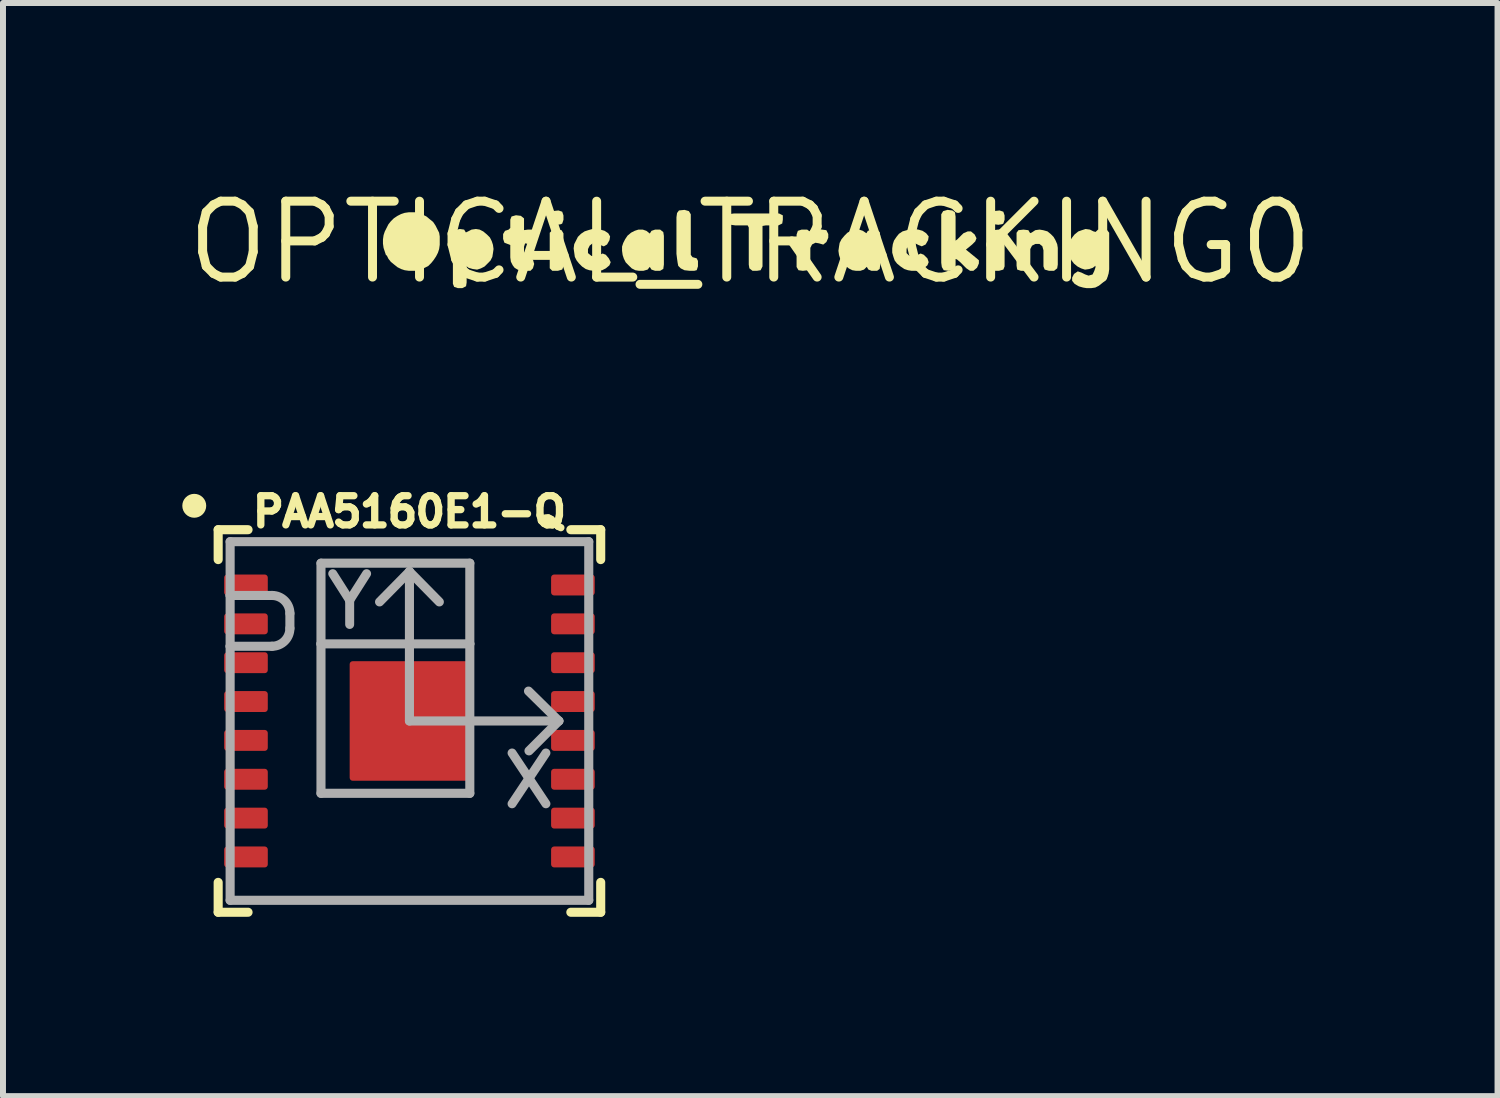
<source format=kicad_pcb>
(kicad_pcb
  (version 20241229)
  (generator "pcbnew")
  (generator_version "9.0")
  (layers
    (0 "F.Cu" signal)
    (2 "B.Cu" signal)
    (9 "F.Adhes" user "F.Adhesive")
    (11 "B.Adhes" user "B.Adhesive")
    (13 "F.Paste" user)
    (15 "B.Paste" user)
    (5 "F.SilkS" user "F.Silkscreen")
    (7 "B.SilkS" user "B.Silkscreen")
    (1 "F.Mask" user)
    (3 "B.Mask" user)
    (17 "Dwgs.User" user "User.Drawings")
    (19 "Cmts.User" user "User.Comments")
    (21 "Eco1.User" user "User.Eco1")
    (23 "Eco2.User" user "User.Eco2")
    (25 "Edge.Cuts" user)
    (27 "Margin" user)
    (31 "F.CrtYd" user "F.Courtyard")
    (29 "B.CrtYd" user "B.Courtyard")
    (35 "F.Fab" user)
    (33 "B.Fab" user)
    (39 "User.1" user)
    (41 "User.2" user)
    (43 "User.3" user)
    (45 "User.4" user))
  (footprint "OPTICAL_TRACKING0"
    (layer "F.Cu")
    (at 9.502 1.006)
    (property "Reference" "OPTICAL_TRACKING0" (at 0 0 0) (layer "F.SilkS") (effects (font (size 1.27 1.27) (thickness 0.15))))
    (fp_poly (pts (xy -3.157 -0.205) (xy -3.125 -0.151) (xy -3.125 0.401) (xy -3.146 0.454) (xy -3.219 0.475) (xy -3.312 0.475) (xy -3.355 0.432) (xy -3.355 -0.162) (xy -3.312 -0.205) (xy -3.23 -0.215)) (stroke (width 0) (type default)) (fill yes) (layer "F.SilkS"))
    (fp_poly (pts (xy 4.223 -0.205) (xy 4.255 -0.151) (xy 4.255 0.401) (xy 4.234 0.454) (xy 4.161 0.475) (xy 4.078 0.475) (xy 4.035 0.432) (xy 4.025 0.36) (xy 4.025 -0.162) (xy 4.068 -0.205) (xy 4.15 -0.215)) (stroke (width 0) (type default)) (fill yes) (layer "F.SilkS"))
    (fp_poly (pts (xy -3.146 -0.514) (xy -3.125 -0.451) (xy -3.125 -0.379) (xy -3.146 -0.316) (xy -3.168 -0.305) (xy -3.23 -0.295) (xy -3.313 -0.305) (xy -3.355 -0.358) (xy -3.355 -0.43) (xy -3.345 -0.493) (xy -3.302 -0.525) (xy -3.209 -0.535)) (stroke (width 0) (type default)) (fill yes) (layer "F.SilkS"))
    (fp_poly (pts (xy 4.234 -0.514) (xy 4.255 -0.451) (xy 4.255 -0.379) (xy 4.234 -0.316) (xy 4.212 -0.305) (xy 4.15 -0.295) (xy 4.078 -0.305) (xy 4.025 -0.358) (xy 4.025 -0.43) (xy 4.035 -0.493) (xy 4.078 -0.525) (xy 4.171 -0.535)) (stroke (width 0) (type default)) (fill yes) (layer "F.SilkS"))
    (fp_poly (pts (xy -1.027 -0.524) (xy -0.995 -0.471) (xy -0.995 0.208) (xy -0.967 0.246) (xy -0.897 0.266) (xy -0.875 0.309) (xy -0.875 0.401) (xy -0.896 0.464) (xy -0.939 0.475) (xy -1.01 0.475) (xy -1.101 0.465) (xy -1.163 0.434) (xy -1.205 0.392) (xy -1.215 0.341) (xy -1.225 0.271) (xy -1.235 0.19) (xy -1.235 -0.42) (xy -1.225 -0.492) (xy -1.193 -0.535) (xy -1.1 -0.545)) (stroke (width 0) (type default)) (fill yes) (layer "F.SilkS"))
    (fp_poly (pts (xy 0.545 -0.453) (xy 0.545 -0.38) (xy 0.535 -0.317) (xy 0.471 -0.285) (xy 0.26 -0.285) (xy 0.205 -0.276) (xy 0.205 0.401) (xy 0.173 0.465) (xy 0.11 0.475) (xy 0.038 0.475) (xy -0.015 0.433) (xy -0.025 0.37) (xy -0.025 -0.249) (xy -0.043 -0.285) (xy -0.25 -0.285) (xy -0.322 -0.295) (xy -0.365 -0.338) (xy -0.365 -0.411) (xy -0.344 -0.475) (xy -0.27 -0.485) (xy 0.481 -0.485)) (stroke (width 0) (type default)) (fill yes) (layer "F.SilkS"))
    (fp_poly (pts (xy 1.201 -0.215) (xy 1.273 -0.205) (xy 1.305 -0.141) (xy 1.305 -0.079) (xy 1.274 -0.007) (xy 1.221 0.036) (xy 1.149 0.015) (xy 1.091 0.005) (xy 1.034 0.034) (xy 1.005 0.091) (xy 1.005 0.432) (xy 0.962 0.465) (xy 0.88 0.475) (xy 0.807 0.465) (xy 0.775 0.411) (xy 0.775 -0.131) (xy 0.796 -0.194) (xy 0.859 -0.215) (xy 0.952 -0.215) (xy 0.993 -0.184) (xy 1.02 -0.157) (xy 1.067 -0.194) (xy 1.139 -0.225)) (stroke (width 0) (type default)) (fill yes) (layer "F.SilkS"))
    (fp_poly (pts (xy -4.787 -0.215) (xy -4.758 -0.167) (xy -4.722 -0.184) (xy -4.662 -0.215) (xy -4.59 -0.225) (xy -4.528 -0.215) (xy -4.467 -0.184) (xy -4.407 -0.134) (xy -4.356 -0.083) (xy -4.325 -0.022) (xy -4.305 0.039) (xy -4.295 0.11) (xy -4.305 0.181) (xy -4.315 0.242) (xy -4.346 0.303) (xy -4.396 0.354) (xy -4.447 0.404) (xy -4.508 0.435) (xy -4.57 0.455) (xy -4.641 0.445) (xy -4.712 0.425) (xy -4.745 0.4) (xy -4.745 0.67) (xy -4.755 0.733) (xy -4.819 0.765) (xy -4.891 0.765) (xy -4.954 0.744) (xy -4.975 0.691) (xy -4.975 -0.151) (xy -4.943 -0.204) (xy -4.86 -0.225)) (stroke (width 0) (type default)) (fill yes) (layer "F.SilkS"))
    (fp_poly (pts (xy 1.882 -0.195) (xy 1.943 -0.154) (xy 1.967 -0.194) (xy 2.039 -0.215) (xy 2.112 -0.215) (xy 2.165 -0.173) (xy 2.175 -0.11) (xy 2.175 0.37) (xy 2.165 0.443) (xy 2.122 0.475) (xy 2.029 0.475) (xy 1.977 0.454) (xy 1.949 0.408) (xy 1.903 0.454) (xy 1.841 0.475) (xy 1.77 0.475) (xy 1.708 0.465) (xy 1.647 0.434) (xy 1.586 0.384) (xy 1.546 0.333) (xy 1.505 0.272) (xy 1.485 0.211) (xy 1.475 0.14) (xy 1.485 0.069) (xy 1.495 0.008) (xy 1.526 -0.053) (xy 1.576 -0.113) (xy 1.627 -0.164) (xy 1.688 -0.195) (xy 1.749 -0.215) (xy 1.821 -0.215)) (stroke (width 0) (type default)) (fill yes) (layer "F.SilkS"))
    (fp_poly (pts (xy -1.738 -0.194) (xy -1.687 -0.154) (xy -1.681 -0.148) (xy -1.653 -0.194) (xy -1.591 -0.215) (xy -1.508 -0.215) (xy -1.455 -0.173) (xy -1.445 -0.11) (xy -1.445 0.37) (xy -1.455 0.443) (xy -1.509 0.475) (xy -1.591 0.475) (xy -1.653 0.454) (xy -1.681 0.409) (xy -1.717 0.454) (xy -1.789 0.475) (xy -1.86 0.475) (xy -1.922 0.465) (xy -1.983 0.434) (xy -2.034 0.384) (xy -2.084 0.333) (xy -2.115 0.272) (xy -2.135 0.211) (xy -2.145 0.14) (xy -2.145 0.069) (xy -2.125 0.008) (xy -2.094 -0.053) (xy -2.054 -0.113) (xy -1.993 -0.164) (xy -1.932 -0.195) (xy -1.871 -0.215) (xy -1.799 -0.215)) (stroke (width 0) (type default)) (fill yes) (layer "F.SilkS"))
    (fp_poly (pts (xy 4.901 -0.205) (xy 4.972 -0.185) (xy 5.023 -0.144) (xy 5.074 -0.093) (xy 5.104 -0.042) (xy 5.135 0.029) (xy 5.145 0.09) (xy 5.145 0.37) (xy 5.135 0.433) (xy 5.082 0.475) (xy 4.999 0.475) (xy 4.926 0.454) (xy 4.905 0.401) (xy 4.905 0.131) (xy 4.886 0.063) (xy 4.838 0.025) (xy 4.771 0.025) (xy 4.714 0.054) (xy 4.685 0.111) (xy 4.685 0.38) (xy 4.675 0.443) (xy 4.621 0.475) (xy 4.529 0.475) (xy 4.466 0.454) (xy 4.455 0.39) (xy 4.455 -0.162) (xy 4.487 -0.205) (xy 4.57 -0.215) (xy 4.653 -0.205) (xy 4.682 -0.156) (xy 4.708 -0.165) (xy 4.768 -0.205) (xy 4.84 -0.215)) (stroke (width 0) (type default)) (fill yes) (layer "F.SilkS"))
    (fp_poly (pts (xy 3.382 -0.535) (xy 3.425 -0.503) (xy 3.435 -0.43) (xy 3.435 -0.03) (xy 3.467 -0.054) (xy 3.526 -0.114) (xy 3.567 -0.154) (xy 3.639 -0.185) (xy 3.692 -0.185) (xy 3.754 -0.133) (xy 3.785 -0.07) (xy 3.764 -0.017) (xy 3.713 0.034) (xy 3.608 0.12) (xy 3.763 0.246) (xy 3.825 0.298) (xy 3.825 0.351) (xy 3.794 0.423) (xy 3.732 0.475) (xy 3.678 0.475) (xy 3.617 0.434) (xy 3.576 0.394) (xy 3.517 0.334) (xy 3.458 0.284) (xy 3.435 0.277) (xy 3.435 0.412) (xy 3.393 0.454) (xy 3.32 0.475) (xy 3.237 0.465) (xy 3.205 0.412) (xy 3.195 0.34) (xy 3.195 -0.471) (xy 3.227 -0.524) (xy 3.3 -0.545)) (stroke (width 0) (type default)) (fill yes) (layer "F.SilkS"))
    (fp_poly (pts (xy -3.838 -0.445) (xy -3.785 -0.402) (xy -3.785 -0.206) (xy -3.72 -0.215) (xy -3.649 -0.215) (xy -3.595 -0.183) (xy -3.585 -0.11) (xy -3.595 -0.017) (xy -3.638 0.015) (xy -3.71 0.025) (xy -3.767 0.016) (xy -3.785 0.071) (xy -3.785 0.199) (xy -3.757 0.245) (xy -3.688 0.255) (xy -3.636 0.287) (xy -3.615 0.36) (xy -3.636 0.433) (xy -3.678 0.475) (xy -3.821 0.475) (xy -3.892 0.455) (xy -3.943 0.424) (xy -3.974 0.383) (xy -4.005 0.322) (xy -4.015 0.25) (xy -4.015 0.043) (xy -4.114 0.004) (xy -4.135 -0.059) (xy -4.135 -0.141) (xy -4.103 -0.194) (xy -4.043 -0.214) (xy -4.015 -0.242) (xy -4.015 -0.381) (xy -3.994 -0.434) (xy -3.92 -0.455)) (stroke (width 0) (type default)) (fill yes) (layer "F.SilkS"))
    (fp_poly (pts (xy -5.538 -0.485) (xy -5.478 -0.465) (xy -5.417 -0.434) (xy -5.357 -0.384) (xy -5.306 -0.343) (xy -5.266 -0.283) (xy -5.205 -0.162) (xy -5.195 -0.1) (xy -5.195 0.04) (xy -5.205 0.111) (xy -5.225 0.172) (xy -5.256 0.233) (xy -5.296 0.293) (xy -5.336 0.343) (xy -5.387 0.394) (xy -5.508 0.455) (xy -5.569 0.475) (xy -5.71 0.475) (xy -5.781 0.465) (xy -5.842 0.445) (xy -5.903 0.414) (xy -5.953 0.374) (xy -6.014 0.324) (xy -6.054 0.273) (xy -6.084 0.212) (xy -6.093 0.218) (xy -6.115 0.152) (xy -6.135 0.091) (xy -6.145 0.02) (xy -6.145 -0.05) (xy -6.135 -0.121) (xy -6.115 -0.182) (xy -6.054 -0.303) (xy -6.014 -0.353) (xy -5.963 -0.404) (xy -5.903 -0.444) (xy -5.842 -0.475) (xy -5.781 -0.495) (xy -5.71 -0.505) (xy -5.599 -0.505)) (stroke (width 0) (type default)) (fill yes) (layer "F.SilkS"))
    (fp_poly (pts (xy -2.509 -0.215) (xy -2.438 -0.195) (xy -2.376 -0.154) (xy -2.345 -0.101) (xy -2.355 -0.038) (xy -2.396 0.034) (xy -2.45 0.066) (xy -2.502 0.045) (xy -2.571 0.015) (xy -2.638 0.015) (xy -2.686 0.053) (xy -2.715 0.111) (xy -2.715 0.178) (xy -2.658 0.225) (xy -2.6 0.235) (xy -2.532 0.215) (xy -2.47 0.185) (xy -2.417 0.206) (xy -2.366 0.267) (xy -2.335 0.33) (xy -2.356 0.383) (xy -2.417 0.434) (xy -2.478 0.465) (xy -2.55 0.475) (xy -2.62 0.475) (xy -2.691 0.465) (xy -2.752 0.445) (xy -2.813 0.404) (xy -2.864 0.353) (xy -2.904 0.303) (xy -2.935 0.242) (xy -2.945 0.171) (xy -2.955 0.1) (xy -2.945 0.028) (xy -2.884 -0.093) (xy -2.833 -0.144) (xy -2.772 -0.185) (xy -2.711 -0.205) (xy -2.641 -0.225) (xy -2.58 -0.225)) (stroke (width 0) (type default)) (fill yes) (layer "F.SilkS"))
    (fp_poly (pts (xy 2.811 -0.215) (xy 2.882 -0.195) (xy 2.943 -0.154) (xy 2.985 -0.101) (xy 2.975 -0.038) (xy 2.934 0.034) (xy 2.87 0.065) (xy 2.818 0.045) (xy 2.759 0.015) (xy 2.692 0.015) (xy 2.634 0.053) (xy 2.615 0.111) (xy 2.615 0.178) (xy 2.662 0.225) (xy 2.73 0.235) (xy 2.788 0.215) (xy 2.85 0.185) (xy 2.903 0.206) (xy 2.964 0.267) (xy 2.985 0.33) (xy 2.964 0.383) (xy 2.903 0.434) (xy 2.842 0.465) (xy 2.77 0.475) (xy 2.7 0.475) (xy 2.639 0.465) (xy 2.578 0.445) (xy 2.517 0.404) (xy 2.456 0.354) (xy 2.416 0.302) (xy 2.395 0.241) (xy 2.375 0.171) (xy 2.375 0.1) (xy 2.385 0.029) (xy 2.405 -0.032) (xy 2.446 -0.093) (xy 2.487 -0.144) (xy 2.548 -0.185) (xy 2.619 -0.205) (xy 2.679 -0.225) (xy 2.75 -0.225)) (stroke (width 0) (type default)) (fill yes) (layer "F.SilkS"))
    (fp_poly (pts (xy 5.682 -0.215) (xy 5.742 -0.185) (xy 5.778 -0.176) (xy 5.818 -0.215) (xy 5.89 -0.225) (xy 5.963 -0.215) (xy 6.005 -0.162) (xy 6.005 0.45) (xy 5.995 0.521) (xy 5.975 0.582) (xy 5.934 0.643) (xy 5.883 0.684) (xy 5.833 0.724) (xy 5.772 0.755) (xy 5.7 0.765) (xy 5.63 0.765) (xy 5.569 0.755) (xy 5.498 0.735) (xy 5.427 0.694) (xy 5.385 0.642) (xy 5.385 0.589) (xy 5.416 0.527) (xy 5.479 0.484) (xy 5.542 0.505) (xy 5.602 0.535) (xy 5.66 0.555) (xy 5.727 0.536) (xy 5.755 0.478) (xy 5.775 0.419) (xy 5.775 0.39) (xy 5.732 0.424) (xy 5.671 0.445) (xy 5.6 0.455) (xy 5.538 0.435) (xy 5.477 0.404) (xy 5.416 0.354) (xy 5.376 0.303) (xy 5.345 0.242) (xy 5.325 0.181) (xy 5.315 0.11) (xy 5.325 0.039) (xy 5.345 -0.022) (xy 5.386 -0.083) (xy 5.426 -0.134) (xy 5.488 -0.184) (xy 5.548 -0.205) (xy 5.61 -0.225)) (stroke (width 0) (type default)) (fill yes) (layer "F.SilkS")))
  (footprint "PAA5160E1-Q"
    (layer "F.Cu")
    (at 3.8 9.012)
    (property "Reference" "PAA5160E1-Q" (at 0 -3.5 0) (unlocked yes) (layer "F.SilkS") (effects (font (size 0.488 0.488) (thickness 0.122))))
    (fp_line (start -3.2 -3.2) (end -3.2 -2.7) (stroke (width 0.152) (type solid)) (layer "F.SilkS"))
    (fp_line (start -3.2 -3.2) (end -2.7 -3.2) (stroke (width 0.152) (type solid)) (layer "F.SilkS"))
    (fp_line (start -3.2 3.2) (end -3.2 2.7) (stroke (width 0.152) (type solid)) (layer "F.SilkS"))
    (fp_line (start -3.2 3.2) (end -2.7 3.2) (stroke (width 0.152) (type solid)) (layer "F.SilkS"))
    (fp_line (start 3.2 -3.2) (end 2.7 -3.2) (stroke (width 0.152) (type solid)) (layer "F.SilkS"))
    (fp_line (start 3.2 -3.2) (end 3.2 -2.7) (stroke (width 0.152) (type solid)) (layer "F.SilkS"))
    (fp_line (start 3.2 3.2) (end 2.7 3.2) (stroke (width 0.152) (type solid)) (layer "F.SilkS"))
    (fp_line (start 3.2 3.2) (end 3.2 2.7) (stroke (width 0.152) (type solid)) (layer "F.SilkS"))
    (fp_circle (center -3.6 -3.6) (end -3.5 -3.6) (stroke (width 0.2) (type solid)) (fill no) (layer "F.SilkS"))
    (fp_poly (pts (xy -3.05 -2.15) (xy -2.42 -2.15) (xy -2.42 -2.4) (xy -3.05 -2.4)) (stroke (width 0) (type default)) (fill yes) (layer "F.Paste"))
    (fp_poly (pts (xy -3.05 -1.5) (xy -2.42 -1.5) (xy -2.42 -1.75) (xy -3.05 -1.75)) (stroke (width 0) (type default)) (fill yes) (layer "F.Paste"))
    (fp_poly (pts (xy -3.05 -0.85) (xy -2.42 -0.85) (xy -2.42 -1.1) (xy -3.05 -1.1)) (stroke (width 0) (type default)) (fill yes) (layer "F.Paste"))
    (fp_poly (pts (xy -3.05 -0.2) (xy -2.42 -0.2) (xy -2.42 -0.45) (xy -3.05 -0.45)) (stroke (width 0) (type default)) (fill yes) (layer "F.Paste"))
    (fp_poly (pts (xy -3.05 0.45) (xy -2.42 0.45) (xy -2.42 0.2) (xy -3.05 0.2)) (stroke (width 0) (type default)) (fill yes) (layer "F.Paste"))
    (fp_poly (pts (xy -3.05 1.075) (xy -2.42 1.075) (xy -2.42 0.825) (xy -3.05 0.825)) (stroke (width 0) (type default)) (fill yes) (layer "F.Paste"))
    (fp_poly (pts (xy -3.05 1.75) (xy -2.42 1.75) (xy -2.42 1.5) (xy -3.05 1.5)) (stroke (width 0) (type default)) (fill yes) (layer "F.Paste"))
    (fp_poly (pts (xy -3.05 2.4) (xy -2.42 2.4) (xy -2.42 2.15) (xy -3.05 2.15)) (stroke (width 0) (type default)) (fill yes) (layer "F.Paste"))
    (fp_poly (pts (xy -0.5 0.5) (xy 0.5 0.5) (xy 0.5 -0.5) (xy -0.5 -0.5)) (stroke (width 0) (type default)) (fill yes) (layer "F.Paste"))
    (fp_poly (pts (xy 2.42 -2.15) (xy 3.05 -2.15) (xy 3.05 -2.4) (xy 2.42 -2.4)) (stroke (width 0) (type default)) (fill yes) (layer "F.Paste"))
    (fp_poly (pts (xy 2.42 -1.5) (xy 3.05 -1.5) (xy 3.05 -1.75) (xy 2.42 -1.75)) (stroke (width 0) (type default)) (fill yes) (layer "F.Paste"))
    (fp_poly (pts (xy 2.42 -0.85) (xy 3.05 -0.85) (xy 3.05 -1.1) (xy 2.42 -1.1)) (stroke (width 0) (type default)) (fill yes) (layer "F.Paste"))
    (fp_poly (pts (xy 2.42 -0.2) (xy 3.05 -0.2) (xy 3.05 -0.45) (xy 2.42 -0.45)) (stroke (width 0) (type default)) (fill yes) (layer "F.Paste"))
    (fp_poly (pts (xy 2.42 0.45) (xy 3.05 0.45) (xy 3.05 0.2) (xy 2.42 0.2)) (stroke (width 0) (type default)) (fill yes) (layer "F.Paste"))
    (fp_poly (pts (xy 2.42 1.1) (xy 3.05 1.1) (xy 3.05 0.85) (xy 2.42 0.85)) (stroke (width 0) (type default)) (fill yes) (layer "F.Paste"))
    (fp_poly (pts (xy 2.42 1.75) (xy 3.05 1.75) (xy 3.05 1.5) (xy 2.42 1.5)) (stroke (width 0) (type default)) (fill yes) (layer "F.Paste"))
    (fp_poly (pts (xy 2.42 2.4) (xy 3.05 2.4) (xy 3.05 2.15) (xy 2.42 2.15)) (stroke (width 0) (type default)) (fill yes) (layer "F.Paste"))
    (fp_line (start -3 -3) (end -3 -2.1) (stroke (width 0.152) (type solid)) (layer "F.Fab"))
    (fp_line (start -3 -2.1) (end -3 -1.25) (stroke (width 0.152) (type solid)) (layer "F.Fab"))
    (fp_line (start -3 -2.1) (end -2.3 -2.1) (stroke (width 0.152) (type solid)) (layer "F.Fab"))
    (fp_line (start -3 -1.25) (end -3 3) (stroke (width 0.152) (type solid)) (layer "F.Fab"))
    (fp_line (start -3 -1.25) (end -2.3 -1.25) (stroke (width 0.152) (type solid)) (layer "F.Fab"))
    (fp_line (start -3 3) (end 3 3) (stroke (width 0.152) (type solid)) (layer "F.Fab"))
    (fp_line (start -2 -1.8) (end -2 -1.55) (stroke (width 0.152) (type solid)) (layer "F.Fab"))
    (fp_line (start -1.48 -2.64) (end -1.48 -1.29) (stroke (width 0.152) (type solid)) (layer "F.Fab"))
    (fp_line (start -1.48 -1.29) (end -1.48 1.21) (stroke (width 0.152) (type solid)) (layer "F.Fab"))
    (fp_line (start -1.48 -1.29) (end 1.01 -1.29) (stroke (width 0.152) (type solid)) (layer "F.Fab"))
    (fp_line (start -1.48 1.21) (end 1.01 1.21) (stroke (width 0.152) (type solid)) (layer "F.Fab"))
    (fp_line (start 0 -2.5) (end -0.5 -1.992) (stroke (width 0.152) (type solid)) (layer "F.Fab"))
    (fp_line (start 0 -2.5) (end 0.5 -1.992) (stroke (width 0.152) (type solid)) (layer "F.Fab"))
    (fp_line (start 0 0) (end 0 -2.5) (stroke (width 0.152) (type solid)) (layer "F.Fab"))
    (fp_line (start 0 0) (end 2.5 0) (stroke (width 0.152) (type solid)) (layer "F.Fab"))
    (fp_line (start 1.01 -2.64) (end -1.48 -2.64) (stroke (width 0.152) (type solid)) (layer "F.Fab"))
    (fp_line (start 1.01 -1.29) (end 1.01 -2.64) (stroke (width 0.152) (type solid)) (layer "F.Fab"))
    (fp_line (start 1.01 1.21) (end 1.01 -1.29) (stroke (width 0.152) (type solid)) (layer "F.Fab"))
    (fp_line (start 2.5 0) (end 1.992 -0.5) (stroke (width 0.152) (type solid)) (layer "F.Fab"))
    (fp_line (start 2.5 0) (end 2 0.5) (stroke (width 0.152) (type solid)) (layer "F.Fab"))
    (fp_line (start 3 -3) (end -3 -3) (stroke (width 0.152) (type solid)) (layer "F.Fab"))
    (fp_line (start 3 3) (end 3 -3) (stroke (width 0.152) (type solid)) (layer "F.Fab"))
    (fp_arc (start -2.3 -2.1) (mid -2.087868 -2.012132) (end -2 -1.8) (stroke (width 0.1524) (type solid)) (layer "F.Fab"))
    (fp_arc (start -2 -1.55) (mid -2.087868 -1.337868) (end -2.3 -1.25) (stroke (width 0.1524) (type solid)) (layer "F.Fab"))
    (fp_text user "Y" (at -1 -2 0) (unlocked yes) (layer "F.Fab") (effects (font (size 0.85 0.85) (thickness 0.15))))
    (fp_text user "X" (at 2 1 0) (unlocked yes) (layer "F.Fab") (effects (font (size 0.85 0.85) (thickness 0.15))))
    (pad "1" smd roundrect (at -2.735 -2.275) (size 0.73 0.35) (layers "F.Cu" "F.Mask") (roundrect_rratio 0.145))
    (pad "2" smd roundrect (at -2.735 -1.625) (size 0.73 0.35) (layers "F.Cu" "F.Mask") (roundrect_rratio 0.145))
    (pad "3" smd roundrect (at -2.735 -0.975) (size 0.73 0.35) (layers "F.Cu" "F.Mask") (roundrect_rratio 0.145))
    (pad "4" smd roundrect (at -2.735 -0.325) (size 0.73 0.35) (layers "F.Cu" "F.Mask") (roundrect_rratio 0.145))
    (pad "5" smd roundrect (at -2.735 0.325) (size 0.73 0.35) (layers "F.Cu" "F.Mask") (roundrect_rratio 0.145))
    (pad "6" smd roundrect (at -2.735 0.975) (size 0.73 0.35) (layers "F.Cu" "F.Mask") (roundrect_rratio 0.145))
    (pad "7" smd roundrect (at -2.735 1.625) (size 0.73 0.35) (layers "F.Cu" "F.Mask") (roundrect_rratio 0.145))
    (pad "8" smd roundrect (at -2.735 2.275) (size 0.73 0.35) (layers "F.Cu" "F.Mask") (roundrect_rratio 0.145))
    (pad "9" smd roundrect (at 2.735 2.275) (size 0.73 0.35) (layers "F.Cu" "F.Mask") (roundrect_rratio 0.145))
    (pad "10" smd roundrect (at 2.735 1.625) (size 0.73 0.35) (layers "F.Cu" "F.Mask") (roundrect_rratio 0.145))
    (pad "11" smd roundrect (at 2.735 0.975) (size 0.73 0.35) (layers "F.Cu" "F.Mask") (roundrect_rratio 0.145))
    (pad "12" smd roundrect (at 2.735 0.325) (size 0.73 0.35) (layers "F.Cu" "F.Mask") (roundrect_rratio 0.145))
    (pad "13" smd roundrect (at 2.735 -0.325) (size 0.73 0.35) (layers "F.Cu" "F.Mask") (roundrect_rratio 0.145))
    (pad "14" smd roundrect (at 2.735 -0.975) (size 0.73 0.35) (layers "F.Cu" "F.Mask") (roundrect_rratio 0.145))
    (pad "15" smd roundrect (at 2.735 -1.625) (size 0.73 0.35) (layers "F.Cu" "F.Mask") (roundrect_rratio 0.145))
    (pad "16" smd roundrect (at 2.735 -2.275) (size 0.73 0.35) (layers "F.Cu" "F.Mask") (roundrect_rratio 0.145))
    (pad "17" smd roundrect (at 0 0) (size 2 2) (layers "F.Cu" "F.Mask") (roundrect_rratio 0.025)))
  (gr_rect
    (start -3 -3)
    (end 22.004 15.288)
    (stroke (width 0.1) (type default))
    (fill no)
    (layer "Edge.Cuts")))
</source>
